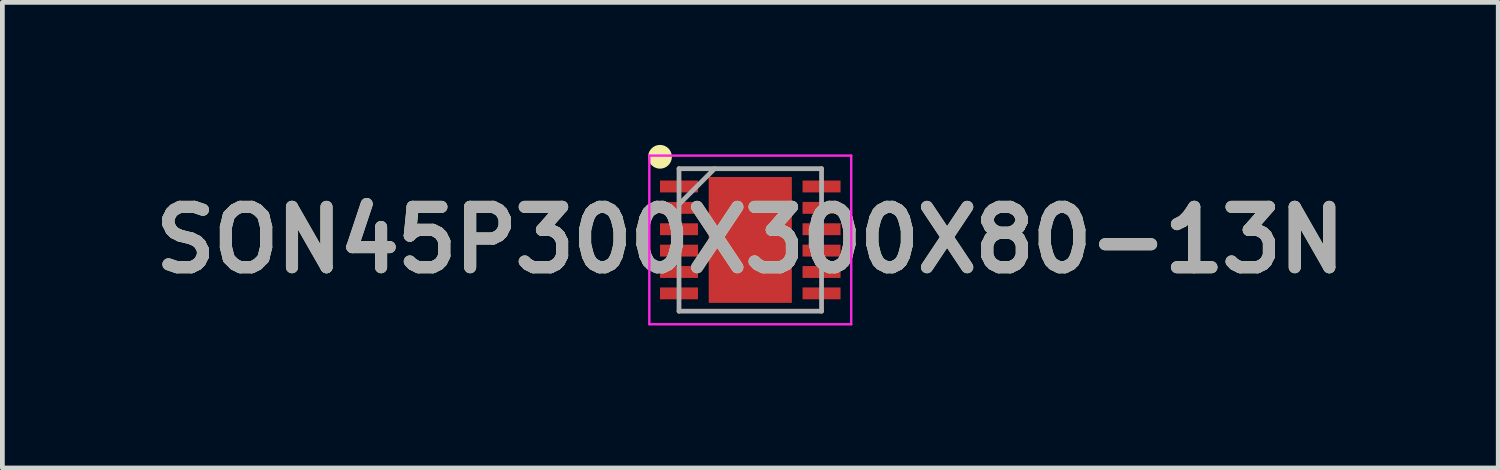
<source format=kicad_pcb>
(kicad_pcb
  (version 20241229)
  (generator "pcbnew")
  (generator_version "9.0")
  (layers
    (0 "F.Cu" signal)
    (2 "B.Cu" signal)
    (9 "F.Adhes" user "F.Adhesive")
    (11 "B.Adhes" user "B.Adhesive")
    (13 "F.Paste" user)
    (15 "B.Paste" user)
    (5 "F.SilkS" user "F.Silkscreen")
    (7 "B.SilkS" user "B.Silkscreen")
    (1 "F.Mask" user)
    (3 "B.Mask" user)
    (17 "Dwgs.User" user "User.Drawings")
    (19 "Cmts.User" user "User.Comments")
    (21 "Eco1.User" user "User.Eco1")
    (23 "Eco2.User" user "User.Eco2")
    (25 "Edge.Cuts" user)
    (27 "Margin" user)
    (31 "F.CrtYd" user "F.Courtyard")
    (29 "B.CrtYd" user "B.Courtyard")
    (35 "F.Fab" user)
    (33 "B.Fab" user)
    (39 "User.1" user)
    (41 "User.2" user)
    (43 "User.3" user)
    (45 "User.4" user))
  (footprint "SON45P300X300X80-13N"
    (layer "F.Cu")
    (at 12.742 2)
    (property "Reference" "SON45P300X300X80-13N" (at 0 0 0) (layer "F.SilkS") (effects (font (size 1.27 1.27) (thickness 0.254))))
    (attr smd)
    (fp_circle (center -1.9 -1.75) (end -1.9 -1.625) (stroke (width 0.25) (type solid)) (fill no) (layer "F.SilkS"))
    (fp_line (start -2.125 -1.775) (end 2.125 -1.775) (stroke (width 0.05) (type solid)) (layer "F.CrtYd"))
    (fp_line (start -2.125 1.775) (end -2.125 -1.775) (stroke (width 0.05) (type solid)) (layer "F.CrtYd"))
    (fp_line (start 2.125 -1.775) (end 2.125 1.775) (stroke (width 0.05) (type solid)) (layer "F.CrtYd"))
    (fp_line (start 2.125 1.775) (end -2.125 1.775) (stroke (width 0.05) (type solid)) (layer "F.CrtYd"))
    (fp_line (start -1.5 -1.5) (end 1.5 -1.5) (stroke (width 0.1) (type solid)) (layer "F.Fab"))
    (fp_line (start -1.5 -0.75) (end -0.75 -1.5) (stroke (width 0.1) (type solid)) (layer "F.Fab"))
    (fp_line (start -1.5 1.5) (end -1.5 -1.5) (stroke (width 0.1) (type solid)) (layer "F.Fab"))
    (fp_line (start 1.5 -1.5) (end 1.5 1.5) (stroke (width 0.1) (type solid)) (layer "F.Fab"))
    (fp_line (start 1.5 1.5) (end -1.5 1.5) (stroke (width 0.1) (type solid)) (layer "F.Fab"))
    (fp_text user "${REFERENCE}" (at 0 0 0) (layer "F.Fab") (effects (font (size 1.27 1.27) (thickness 0.254))))
    (pad "1" smd rect (at -1.5 -1.125 90) (size 0.25 0.8) (layers "F.Cu" "F.Mask" "F.Paste"))
    (pad "2" smd rect (at -1.5 -0.675 90) (size 0.25 0.8) (layers "F.Cu" "F.Mask" "F.Paste"))
    (pad "3" smd rect (at -1.5 -0.225 90) (size 0.25 0.8) (layers "F.Cu" "F.Mask" "F.Paste"))
    (pad "4" smd rect (at -1.5 0.225 90) (size 0.25 0.8) (layers "F.Cu" "F.Mask" "F.Paste"))
    (pad "5" smd rect (at -1.5 0.675 90) (size 0.25 0.8) (layers "F.Cu" "F.Mask" "F.Paste"))
    (pad "6" smd rect (at -1.5 1.125 90) (size 0.25 0.8) (layers "F.Cu" "F.Mask" "F.Paste"))
    (pad "7" smd rect (at 1.5 1.125 90) (size 0.25 0.8) (layers "F.Cu" "F.Mask" "F.Paste"))
    (pad "8" smd rect (at 1.5 0.675 90) (size 0.25 0.8) (layers "F.Cu" "F.Mask" "F.Paste"))
    (pad "9" smd rect (at 1.5 0.225 90) (size 0.25 0.8) (layers "F.Cu" "F.Mask" "F.Paste"))
    (pad "10" smd rect (at 1.5 -0.225 90) (size 0.25 0.8) (layers "F.Cu" "F.Mask" "F.Paste"))
    (pad "11" smd rect (at 1.5 -0.675 90) (size 0.25 0.8) (layers "F.Cu" "F.Mask" "F.Paste"))
    (pad "12" smd rect (at 1.5 -1.125 90) (size 0.25 0.8) (layers "F.Cu" "F.Mask" "F.Paste"))
    (pad "13" smd rect (at 0 0) (size 1.75 2.65) (layers "F.Cu" "F.Mask" "F.Paste")))
  (gr_rect
    (start -3 -3)
    (end 28.485 6.8)
    (stroke (width 0.1) (type default))
    (fill no)
    (layer "Edge.Cuts")))
</source>
